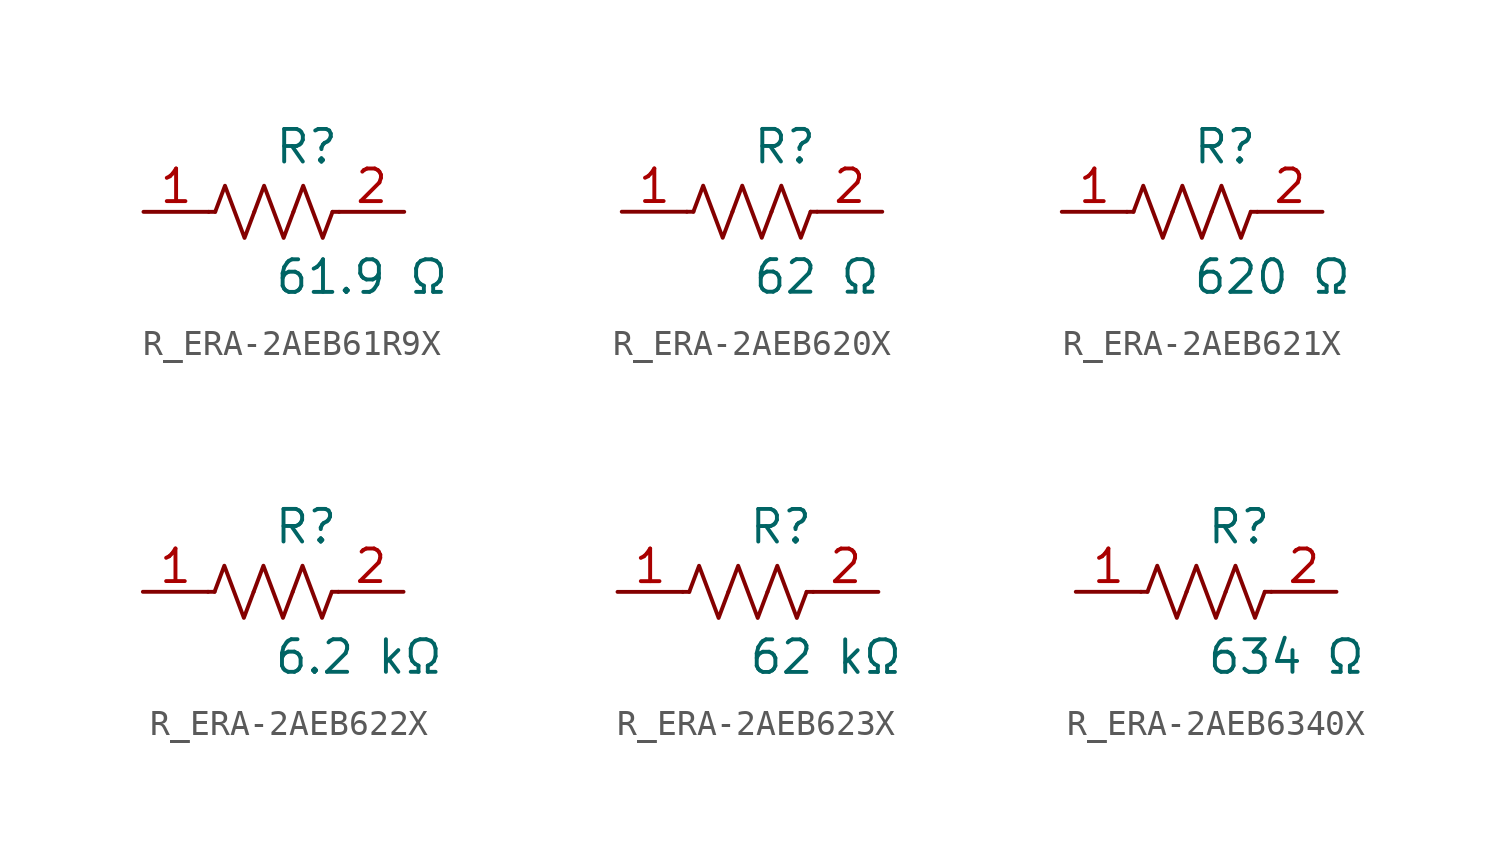
<source format=kicad_sym>
(kicad_symbol_lib
  (version 20231120)
  (generator kicad_symbol_editor)
  (generator_version 8.0)
  (symbol "R_ERA-2AEB61R9X"
    (pin_names
      (offset 0.254))
    (property "Reference" "R"
      (at 0.0 2.54 0)
      (effects (font (size 1.27 1.27)) (justify left)))
    (property "Value" "61.9 Ω"
      (at 0.0 -2.54 0)
      (effects (font (size 1.27 1.27)) (justify left)))
    (symbol "R_ERA-2AEB61R9X_0_1"
      (polyline (pts (xy 2.286 0) (xy 2.54 0)) (stroke (width 0) (type default)) (fill (type none)))
      (polyline (pts (xy -2.286 0) (xy -2.54 0)) (stroke (width 0) (type default)) (fill (type none)))
      (polyline (pts (xy 0.762 0) (xy 1.143 1.016) (xy 1.524 0) (xy 1.905 -1.016) (xy 2.286 0)) (stroke (width 0) (type default)) (fill (type none)))
      (polyline (pts (xy -0.762 0) (xy -0.381 1.016) (xy 0 0) (xy 0.381 -1.016) (xy 0.762 0)) (stroke (width 0) (type default)) (fill (type none)))
      (polyline (pts (xy -2.286 0) (xy -1.905 1.016) (xy -1.524 0) (xy -1.143 -1.016) (xy -0.762 0)) (stroke (width 0) (type default)) (fill (type none))))
    (pin unspecified line
      (at -5.08 0 0)
      (length 2.54)
      (name "" (effects (font (size 1.27 1.27))))
      (number "1" (effects (font (size 1.27 1.27)))))
    (pin unspecified line
      (at 5.08 0 180)
      (length 2.54)
      (name "" (effects (font (size 1.27 1.27))))
      (number "2" (effects (font (size 1.27 1.27))))))
  (symbol "R_ERA-2AEB620X"
    (pin_names
      (offset 0.254))
    (property "Reference" "R"
      (at 0.0 2.54 0)
      (effects (font (size 1.27 1.27)) (justify left)))
    (property "Value" "62 Ω"
      (at 0.0 -2.54 0)
      (effects (font (size 1.27 1.27)) (justify left)))
    (symbol "R_ERA-2AEB620X_0_1"
      (polyline (pts (xy 2.286 0) (xy 2.54 0)) (stroke (width 0) (type default)) (fill (type none)))
      (polyline (pts (xy -2.286 0) (xy -2.54 0)) (stroke (width 0) (type default)) (fill (type none)))
      (polyline (pts (xy 0.762 0) (xy 1.143 1.016) (xy 1.524 0) (xy 1.905 -1.016) (xy 2.286 0)) (stroke (width 0) (type default)) (fill (type none)))
      (polyline (pts (xy -0.762 0) (xy -0.381 1.016) (xy 0 0) (xy 0.381 -1.016) (xy 0.762 0)) (stroke (width 0) (type default)) (fill (type none)))
      (polyline (pts (xy -2.286 0) (xy -1.905 1.016) (xy -1.524 0) (xy -1.143 -1.016) (xy -0.762 0)) (stroke (width 0) (type default)) (fill (type none))))
    (pin unspecified line
      (at -5.08 0 0)
      (length 2.54)
      (name "" (effects (font (size 1.27 1.27))))
      (number "1" (effects (font (size 1.27 1.27)))))
    (pin unspecified line
      (at 5.08 0 180)
      (length 2.54)
      (name "" (effects (font (size 1.27 1.27))))
      (number "2" (effects (font (size 1.27 1.27))))))
  (symbol "R_ERA-2AEB621X"
    (pin_names
      (offset 0.254))
    (property "Reference" "R"
      (at 0.0 2.54 0)
      (effects (font (size 1.27 1.27)) (justify left)))
    (property "Value" "620 Ω"
      (at 0.0 -2.54 0)
      (effects (font (size 1.27 1.27)) (justify left)))
    (symbol "R_ERA-2AEB621X_0_1"
      (polyline (pts (xy 2.286 0) (xy 2.54 0)) (stroke (width 0) (type default)) (fill (type none)))
      (polyline (pts (xy -2.286 0) (xy -2.54 0)) (stroke (width 0) (type default)) (fill (type none)))
      (polyline (pts (xy 0.762 0) (xy 1.143 1.016) (xy 1.524 0) (xy 1.905 -1.016) (xy 2.286 0)) (stroke (width 0) (type default)) (fill (type none)))
      (polyline (pts (xy -0.762 0) (xy -0.381 1.016) (xy 0 0) (xy 0.381 -1.016) (xy 0.762 0)) (stroke (width 0) (type default)) (fill (type none)))
      (polyline (pts (xy -2.286 0) (xy -1.905 1.016) (xy -1.524 0) (xy -1.143 -1.016) (xy -0.762 0)) (stroke (width 0) (type default)) (fill (type none))))
    (pin unspecified line
      (at -5.08 0 0)
      (length 2.54)
      (name "" (effects (font (size 1.27 1.27))))
      (number "1" (effects (font (size 1.27 1.27)))))
    (pin unspecified line
      (at 5.08 0 180)
      (length 2.54)
      (name "" (effects (font (size 1.27 1.27))))
      (number "2" (effects (font (size 1.27 1.27))))))
  (symbol "R_ERA-2AEB622X"
    (pin_names
      (offset 0.254))
    (property "Reference" "R"
      (at 0.0 2.54 0)
      (effects (font (size 1.27 1.27)) (justify left)))
    (property "Value" "6.2 kΩ"
      (at 0.0 -2.54 0)
      (effects (font (size 1.27 1.27)) (justify left)))
    (symbol "R_ERA-2AEB622X_0_1"
      (polyline (pts (xy 2.286 0) (xy 2.54 0)) (stroke (width 0) (type default)) (fill (type none)))
      (polyline (pts (xy -2.286 0) (xy -2.54 0)) (stroke (width 0) (type default)) (fill (type none)))
      (polyline (pts (xy 0.762 0) (xy 1.143 1.016) (xy 1.524 0) (xy 1.905 -1.016) (xy 2.286 0)) (stroke (width 0) (type default)) (fill (type none)))
      (polyline (pts (xy -0.762 0) (xy -0.381 1.016) (xy 0 0) (xy 0.381 -1.016) (xy 0.762 0)) (stroke (width 0) (type default)) (fill (type none)))
      (polyline (pts (xy -2.286 0) (xy -1.905 1.016) (xy -1.524 0) (xy -1.143 -1.016) (xy -0.762 0)) (stroke (width 0) (type default)) (fill (type none))))
    (pin unspecified line
      (at -5.08 0 0)
      (length 2.54)
      (name "" (effects (font (size 1.27 1.27))))
      (number "1" (effects (font (size 1.27 1.27)))))
    (pin unspecified line
      (at 5.08 0 180)
      (length 2.54)
      (name "" (effects (font (size 1.27 1.27))))
      (number "2" (effects (font (size 1.27 1.27))))))
  (symbol "R_ERA-2AEB623X"
    (pin_names
      (offset 0.254))
    (property "Reference" "R"
      (at 0.0 2.54 0)
      (effects (font (size 1.27 1.27)) (justify left)))
    (property "Value" "62 kΩ"
      (at 0.0 -2.54 0)
      (effects (font (size 1.27 1.27)) (justify left)))
    (symbol "R_ERA-2AEB623X_0_1"
      (polyline (pts (xy 2.286 0) (xy 2.54 0)) (stroke (width 0) (type default)) (fill (type none)))
      (polyline (pts (xy -2.286 0) (xy -2.54 0)) (stroke (width 0) (type default)) (fill (type none)))
      (polyline (pts (xy 0.762 0) (xy 1.143 1.016) (xy 1.524 0) (xy 1.905 -1.016) (xy 2.286 0)) (stroke (width 0) (type default)) (fill (type none)))
      (polyline (pts (xy -0.762 0) (xy -0.381 1.016) (xy 0 0) (xy 0.381 -1.016) (xy 0.762 0)) (stroke (width 0) (type default)) (fill (type none)))
      (polyline (pts (xy -2.286 0) (xy -1.905 1.016) (xy -1.524 0) (xy -1.143 -1.016) (xy -0.762 0)) (stroke (width 0) (type default)) (fill (type none))))
    (pin unspecified line
      (at -5.08 0 0)
      (length 2.54)
      (name "" (effects (font (size 1.27 1.27))))
      (number "1" (effects (font (size 1.27 1.27)))))
    (pin unspecified line
      (at 5.08 0 180)
      (length 2.54)
      (name "" (effects (font (size 1.27 1.27))))
      (number "2" (effects (font (size 1.27 1.27))))))
  (symbol "R_ERA-2AEB6340X"
    (pin_names
      (offset 0.254))
    (property "Reference" "R"
      (at 0.0 2.54 0)
      (effects (font (size 1.27 1.27)) (justify left)))
    (property "Value" "634 Ω"
      (at 0.0 -2.54 0)
      (effects (font (size 1.27 1.27)) (justify left)))
    (symbol "R_ERA-2AEB6340X_0_1"
      (polyline (pts (xy 2.286 0) (xy 2.54 0)) (stroke (width 0) (type default)) (fill (type none)))
      (polyline (pts (xy -2.286 0) (xy -2.54 0)) (stroke (width 0) (type default)) (fill (type none)))
      (polyline (pts (xy 0.762 0) (xy 1.143 1.016) (xy 1.524 0) (xy 1.905 -1.016) (xy 2.286 0)) (stroke (width 0) (type default)) (fill (type none)))
      (polyline (pts (xy -0.762 0) (xy -0.381 1.016) (xy 0 0) (xy 0.381 -1.016) (xy 0.762 0)) (stroke (width 0) (type default)) (fill (type none)))
      (polyline (pts (xy -2.286 0) (xy -1.905 1.016) (xy -1.524 0) (xy -1.143 -1.016) (xy -0.762 0)) (stroke (width 0) (type default)) (fill (type none))))
    (pin unspecified line
      (at -5.08 0 0)
      (length 2.54)
      (name "" (effects (font (size 1.27 1.27))))
      (number "1" (effects (font (size 1.27 1.27)))))
    (pin unspecified line
      (at 5.08 0 180)
      (length 2.54)
      (name "" (effects (font (size 1.27 1.27))))
      (number "2" (effects (font (size 1.27 1.27)))))))
</source>
